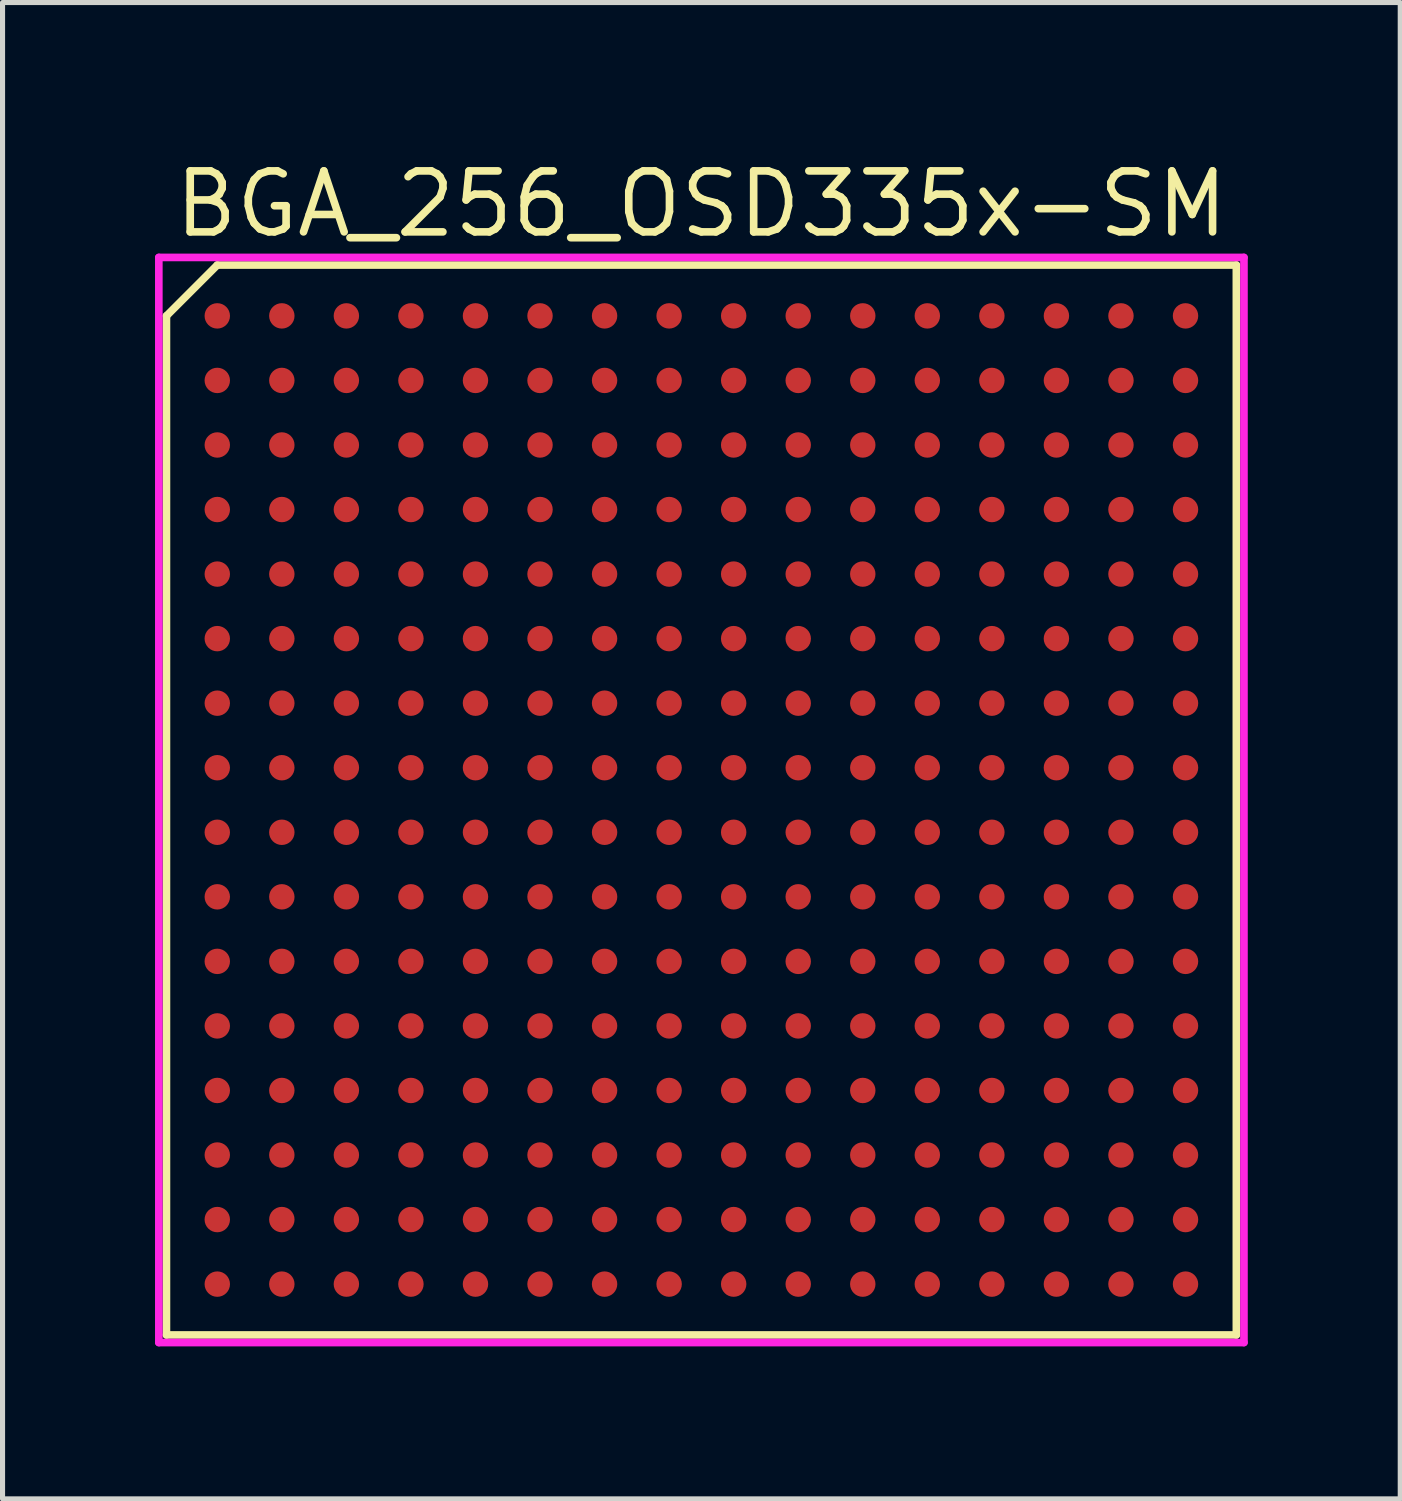
<source format=kicad_pcb>
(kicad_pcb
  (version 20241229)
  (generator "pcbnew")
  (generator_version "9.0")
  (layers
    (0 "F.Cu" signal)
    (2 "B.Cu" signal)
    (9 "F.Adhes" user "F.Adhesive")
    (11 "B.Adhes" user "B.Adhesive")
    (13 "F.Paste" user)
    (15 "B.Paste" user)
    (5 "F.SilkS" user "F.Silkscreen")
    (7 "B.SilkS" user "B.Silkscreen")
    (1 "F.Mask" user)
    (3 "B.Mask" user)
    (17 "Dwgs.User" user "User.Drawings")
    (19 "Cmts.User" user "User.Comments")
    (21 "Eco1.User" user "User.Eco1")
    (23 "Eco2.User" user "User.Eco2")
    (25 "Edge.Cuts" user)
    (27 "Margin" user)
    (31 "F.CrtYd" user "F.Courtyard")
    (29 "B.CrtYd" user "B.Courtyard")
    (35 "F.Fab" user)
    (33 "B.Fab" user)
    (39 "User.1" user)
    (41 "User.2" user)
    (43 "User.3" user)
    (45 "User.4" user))
  (footprint "BGA_256_OSD335x-SM"
    (layer "F.Cu")
    (at 10.75 12.69)
    (property "Reference" "BGA_256_OSD335x-SM" (at 0 -11.725 0) (layer "F.SilkS") (effects (font (size 1.2 1.2) (thickness 0.15))))
    (attr through_hole)
    (fp_line (start -10.525 -9.525) (end -10.525 10.525) (stroke (width 0.15) (type solid)) (layer "F.SilkS"))
    (fp_line (start -10.525 10.525) (end 10.525 10.525) (stroke (width 0.15) (type solid)) (layer "F.SilkS"))
    (fp_line (start -9.525 -10.525) (end -10.525 -9.525) (stroke (width 0.15) (type solid)) (layer "F.SilkS"))
    (fp_line (start 10.525 -10.525) (end -9.525 -10.525) (stroke (width 0.15) (type solid)) (layer "F.SilkS"))
    (fp_line (start 10.525 10.525) (end 10.525 -10.525) (stroke (width 0.15) (type solid)) (layer "F.SilkS"))
    (fp_line (start -10.675 -10.675) (end 10.675 -10.675) (stroke (width 0.15) (type solid)) (layer "F.CrtYd"))
    (fp_line (start -10.675 10.675) (end -10.675 -10.675) (stroke (width 0.15) (type solid)) (layer "F.CrtYd"))
    (fp_line (start 10.675 -10.675) (end 10.675 10.675) (stroke (width 0.15) (type solid)) (layer "F.CrtYd"))
    (fp_line (start 10.675 10.675) (end -10.675 10.675) (stroke (width 0.15) (type solid)) (layer "F.CrtYd"))
    (pad "A1" smd circle (at -9.525 -9.525) (size 0.5 0.5) (layers "F.Cu" "F.Mask" "F.Paste"))
    (pad "A2" smd circle (at -8.255 -9.525) (size 0.5 0.5) (layers "F.Cu" "F.Mask" "F.Paste"))
    (pad "A3" smd circle (at -6.985 -9.525) (size 0.5 0.5) (layers "F.Cu" "F.Mask" "F.Paste"))
    (pad "A4" smd circle (at -5.715 -9.525) (size 0.5 0.5) (layers "F.Cu" "F.Mask" "F.Paste"))
    (pad "A5" smd circle (at -4.445 -9.525) (size 0.5 0.5) (layers "F.Cu" "F.Mask" "F.Paste"))
    (pad "A6" smd circle (at -3.175 -9.525) (size 0.5 0.5) (layers "F.Cu" "F.Mask" "F.Paste"))
    (pad "A7" smd circle (at -1.905 -9.525) (size 0.5 0.5) (layers "F.Cu" "F.Mask" "F.Paste"))
    (pad "A8" smd circle (at -0.635 -9.525) (size 0.5 0.5) (layers "F.Cu" "F.Mask" "F.Paste"))
    (pad "A9" smd circle (at 0.635 -9.525) (size 0.5 0.5) (layers "F.Cu" "F.Mask" "F.Paste"))
    (pad "A10" smd circle (at 1.905 -9.525) (size 0.5 0.5) (layers "F.Cu" "F.Mask" "F.Paste"))
    (pad "A11" smd circle (at 3.175 -9.525) (size 0.5 0.5) (layers "F.Cu" "F.Mask" "F.Paste"))
    (pad "A12" smd circle (at 4.445 -9.525) (size 0.5 0.5) (layers "F.Cu" "F.Mask" "F.Paste"))
    (pad "A13" smd circle (at 5.715 -9.525) (size 0.5 0.5) (layers "F.Cu" "F.Mask" "F.Paste"))
    (pad "A14" smd circle (at 6.985 -9.525) (size 0.5 0.5) (layers "F.Cu" "F.Mask" "F.Paste"))
    (pad "A15" smd circle (at 8.255 -9.525) (size 0.5 0.5) (layers "F.Cu" "F.Mask" "F.Paste"))
    (pad "A16" smd circle (at 9.525 -9.525) (size 0.5 0.5) (layers "F.Cu" "F.Mask" "F.Paste"))
    (pad "B1" smd circle (at -9.525 -8.255) (size 0.5 0.5) (layers "F.Cu" "F.Mask" "F.Paste"))
    (pad "B2" smd circle (at -8.255 -8.255) (size 0.5 0.5) (layers "F.Cu" "F.Mask" "F.Paste"))
    (pad "B3" smd circle (at -6.985 -8.255) (size 0.5 0.5) (layers "F.Cu" "F.Mask" "F.Paste"))
    (pad "B4" smd circle (at -5.715 -8.255) (size 0.5 0.5) (layers "F.Cu" "F.Mask" "F.Paste"))
    (pad "B5" smd circle (at -4.445 -8.255) (size 0.5 0.5) (layers "F.Cu" "F.Mask" "F.Paste"))
    (pad "B6" smd circle (at -3.175 -8.255) (size 0.5 0.5) (layers "F.Cu" "F.Mask" "F.Paste"))
    (pad "B7" smd circle (at -1.905 -8.255) (size 0.5 0.5) (layers "F.Cu" "F.Mask" "F.Paste"))
    (pad "B8" smd circle (at -0.635 -8.255) (size 0.5 0.5) (layers "F.Cu" "F.Mask" "F.Paste"))
    (pad "B9" smd circle (at 0.635 -8.255) (size 0.5 0.5) (layers "F.Cu" "F.Mask" "F.Paste"))
    (pad "B10" smd circle (at 1.905 -8.255) (size 0.5 0.5) (layers "F.Cu" "F.Mask" "F.Paste"))
    (pad "B11" smd circle (at 3.175 -8.255) (size 0.5 0.5) (layers "F.Cu" "F.Mask" "F.Paste"))
    (pad "B12" smd circle (at 4.445 -8.255) (size 0.5 0.5) (layers "F.Cu" "F.Mask" "F.Paste"))
    (pad "B13" smd circle (at 5.715 -8.255) (size 0.5 0.5) (layers "F.Cu" "F.Mask" "F.Paste"))
    (pad "B14" smd circle (at 6.985 -8.255) (size 0.5 0.5) (layers "F.Cu" "F.Mask" "F.Paste"))
    (pad "B15" smd circle (at 8.255 -8.255) (size 0.5 0.5) (layers "F.Cu" "F.Mask" "F.Paste"))
    (pad "B16" smd circle (at 9.525 -8.255) (size 0.5 0.5) (layers "F.Cu" "F.Mask" "F.Paste"))
    (pad "C1" smd circle (at -9.525 -6.985) (size 0.5 0.5) (layers "F.Cu" "F.Mask" "F.Paste"))
    (pad "C2" smd circle (at -8.255 -6.985) (size 0.5 0.5) (layers "F.Cu" "F.Mask" "F.Paste"))
    (pad "C3" smd circle (at -6.985 -6.985) (size 0.5 0.5) (layers "F.Cu" "F.Mask" "F.Paste"))
    (pad "C4" smd circle (at -5.715 -6.985) (size 0.5 0.5) (layers "F.Cu" "F.Mask" "F.Paste"))
    (pad "C5" smd circle (at -4.445 -6.985) (size 0.5 0.5) (layers "F.Cu" "F.Mask" "F.Paste"))
    (pad "C6" smd circle (at -3.175 -6.985) (size 0.5 0.5) (layers "F.Cu" "F.Mask" "F.Paste"))
    (pad "C7" smd circle (at -1.905 -6.985) (size 0.5 0.5) (layers "F.Cu" "F.Mask" "F.Paste"))
    (pad "C8" smd circle (at -0.635 -6.985) (size 0.5 0.5) (layers "F.Cu" "F.Mask" "F.Paste"))
    (pad "C9" smd circle (at 0.635 -6.985) (size 0.5 0.5) (layers "F.Cu" "F.Mask" "F.Paste"))
    (pad "C10" smd circle (at 1.905 -6.985) (size 0.5 0.5) (layers "F.Cu" "F.Mask" "F.Paste"))
    (pad "C11" smd circle (at 3.175 -6.985) (size 0.5 0.5) (layers "F.Cu" "F.Mask" "F.Paste"))
    (pad "C12" smd circle (at 4.445 -6.985) (size 0.5 0.5) (layers "F.Cu" "F.Mask" "F.Paste"))
    (pad "C13" smd circle (at 5.715 -6.985) (size 0.5 0.5) (layers "F.Cu" "F.Mask" "F.Paste"))
    (pad "C14" smd circle (at 6.985 -6.985) (size 0.5 0.5) (layers "F.Cu" "F.Mask" "F.Paste"))
    (pad "C15" smd circle (at 8.255 -6.985) (size 0.5 0.5) (layers "F.Cu" "F.Mask" "F.Paste"))
    (pad "C16" smd circle (at 9.525 -6.985) (size 0.5 0.5) (layers "F.Cu" "F.Mask" "F.Paste"))
    (pad "D1" smd circle (at -9.525 -5.715) (size 0.5 0.5) (layers "F.Cu" "F.Mask" "F.Paste"))
    (pad "D2" smd circle (at -8.255 -5.715) (size 0.5 0.5) (layers "F.Cu" "F.Mask" "F.Paste"))
    (pad "D3" smd circle (at -6.985 -5.715) (size 0.5 0.5) (layers "F.Cu" "F.Mask" "F.Paste"))
    (pad "D4" smd circle (at -5.715 -5.715) (size 0.5 0.5) (layers "F.Cu" "F.Mask" "F.Paste"))
    (pad "D5" smd circle (at -4.445 -5.715) (size 0.5 0.5) (layers "F.Cu" "F.Mask" "F.Paste"))
    (pad "D6" smd circle (at -3.175 -5.715) (size 0.5 0.5) (layers "F.Cu" "F.Mask" "F.Paste"))
    (pad "D7" smd circle (at -1.905 -5.715) (size 0.5 0.5) (layers "F.Cu" "F.Mask" "F.Paste"))
    (pad "D8" smd circle (at -0.635 -5.715) (size 0.5 0.5) (layers "F.Cu" "F.Mask" "F.Paste"))
    (pad "D9" smd circle (at 0.635 -5.715) (size 0.5 0.5) (layers "F.Cu" "F.Mask" "F.Paste"))
    (pad "D10" smd circle (at 1.905 -5.715) (size 0.5 0.5) (layers "F.Cu" "F.Mask" "F.Paste"))
    (pad "D11" smd circle (at 3.175 -5.715) (size 0.5 0.5) (layers "F.Cu" "F.Mask" "F.Paste"))
    (pad "D12" smd circle (at 4.445 -5.715) (size 0.5 0.5) (layers "F.Cu" "F.Mask" "F.Paste"))
    (pad "D13" smd circle (at 5.715 -5.715) (size 0.5 0.5) (layers "F.Cu" "F.Mask" "F.Paste"))
    (pad "D14" smd circle (at 6.985 -5.715) (size 0.5 0.5) (layers "F.Cu" "F.Mask" "F.Paste"))
    (pad "D15" smd circle (at 8.255 -5.715) (size 0.5 0.5) (layers "F.Cu" "F.Mask" "F.Paste"))
    (pad "D16" smd circle (at 9.525 -5.715) (size 0.5 0.5) (layers "F.Cu" "F.Mask" "F.Paste"))
    (pad "E1" smd circle (at -9.525 -4.445) (size 0.5 0.5) (layers "F.Cu" "F.Mask" "F.Paste"))
    (pad "E2" smd circle (at -8.255 -4.445) (size 0.5 0.5) (layers "F.Cu" "F.Mask" "F.Paste"))
    (pad "E3" smd circle (at -6.985 -4.445) (size 0.5 0.5) (layers "F.Cu" "F.Mask" "F.Paste"))
    (pad "E4" smd circle (at -5.715 -4.445) (size 0.5 0.5) (layers "F.Cu" "F.Mask" "F.Paste"))
    (pad "E5" smd circle (at -4.445 -4.445) (size 0.5 0.5) (layers "F.Cu" "F.Mask" "F.Paste"))
    (pad "E6" smd circle (at -3.175 -4.445) (size 0.5 0.5) (layers "F.Cu" "F.Mask" "F.Paste"))
    (pad "E7" smd circle (at -1.905 -4.445) (size 0.5 0.5) (layers "F.Cu" "F.Mask" "F.Paste"))
    (pad "E8" smd circle (at -0.635 -4.445) (size 0.5 0.5) (layers "F.Cu" "F.Mask" "F.Paste"))
    (pad "E9" smd circle (at 0.635 -4.445) (size 0.5 0.5) (layers "F.Cu" "F.Mask" "F.Paste"))
    (pad "E10" smd circle (at 1.905 -4.445) (size 0.5 0.5) (layers "F.Cu" "F.Mask" "F.Paste"))
    (pad "E11" smd circle (at 3.175 -4.445) (size 0.5 0.5) (layers "F.Cu" "F.Mask" "F.Paste"))
    (pad "E12" smd circle (at 4.445 -4.445) (size 0.5 0.5) (layers "F.Cu" "F.Mask" "F.Paste"))
    (pad "E13" smd circle (at 5.715 -4.445) (size 0.5 0.5) (layers "F.Cu" "F.Mask" "F.Paste"))
    (pad "E14" smd circle (at 6.985 -4.445) (size 0.5 0.5) (layers "F.Cu" "F.Mask" "F.Paste"))
    (pad "E15" smd circle (at 8.255 -4.445) (size 0.5 0.5) (layers "F.Cu" "F.Mask" "F.Paste"))
    (pad "E16" smd circle (at 9.525 -4.445) (size 0.5 0.5) (layers "F.Cu" "F.Mask" "F.Paste"))
    (pad "F1" smd circle (at -9.525 -3.175) (size 0.5 0.5) (layers "F.Cu" "F.Mask" "F.Paste"))
    (pad "F2" smd circle (at -8.255 -3.175) (size 0.5 0.5) (layers "F.Cu" "F.Mask" "F.Paste"))
    (pad "F3" smd circle (at -6.985 -3.175) (size 0.5 0.5) (layers "F.Cu" "F.Mask" "F.Paste"))
    (pad "F4" smd circle (at -5.715 -3.175) (size 0.5 0.5) (layers "F.Cu" "F.Mask" "F.Paste"))
    (pad "F5" smd circle (at -4.445 -3.175) (size 0.5 0.5) (layers "F.Cu" "F.Mask" "F.Paste"))
    (pad "F6" smd circle (at -3.175 -3.175) (size 0.5 0.5) (layers "F.Cu" "F.Mask" "F.Paste"))
    (pad "F7" smd circle (at -1.905 -3.175) (size 0.5 0.5) (layers "F.Cu" "F.Mask" "F.Paste"))
    (pad "F8" smd circle (at -0.635 -3.175) (size 0.5 0.5) (layers "F.Cu" "F.Mask" "F.Paste"))
    (pad "F9" smd circle (at 0.635 -3.175) (size 0.5 0.5) (layers "F.Cu" "F.Mask" "F.Paste"))
    (pad "F10" smd circle (at 1.905 -3.175) (size 0.5 0.5) (layers "F.Cu" "F.Mask" "F.Paste"))
    (pad "F11" smd circle (at 3.175 -3.175) (size 0.5 0.5) (layers "F.Cu" "F.Mask" "F.Paste"))
    (pad "F12" smd circle (at 4.445 -3.175) (size 0.5 0.5) (layers "F.Cu" "F.Mask" "F.Paste"))
    (pad "F13" smd circle (at 5.715 -3.175) (size 0.5 0.5) (layers "F.Cu" "F.Mask" "F.Paste"))
    (pad "F14" smd circle (at 6.985 -3.175) (size 0.5 0.5) (layers "F.Cu" "F.Mask" "F.Paste"))
    (pad "F15" smd circle (at 8.255 -3.175) (size 0.5 0.5) (layers "F.Cu" "F.Mask" "F.Paste"))
    (pad "F16" smd circle (at 9.525 -3.175) (size 0.5 0.5) (layers "F.Cu" "F.Mask" "F.Paste"))
    (pad "G1" smd circle (at -9.525 -1.905) (size 0.5 0.5) (layers "F.Cu" "F.Mask" "F.Paste"))
    (pad "G2" smd circle (at -8.255 -1.905) (size 0.5 0.5) (layers "F.Cu" "F.Mask" "F.Paste"))
    (pad "G3" smd circle (at -6.985 -1.905) (size 0.5 0.5) (layers "F.Cu" "F.Mask" "F.Paste"))
    (pad "G4" smd circle (at -5.715 -1.905) (size 0.5 0.5) (layers "F.Cu" "F.Mask" "F.Paste"))
    (pad "G5" smd circle (at -4.445 -1.905) (size 0.5 0.5) (layers "F.Cu" "F.Mask" "F.Paste"))
    (pad "G6" smd circle (at -3.175 -1.905) (size 0.5 0.5) (layers "F.Cu" "F.Mask" "F.Paste"))
    (pad "G7" smd circle (at -1.905 -1.905) (size 0.5 0.5) (layers "F.Cu" "F.Mask" "F.Paste"))
    (pad "G8" smd circle (at -0.635 -1.905) (size 0.5 0.5) (layers "F.Cu" "F.Mask" "F.Paste"))
    (pad "G9" smd circle (at 0.635 -1.905) (size 0.5 0.5) (layers "F.Cu" "F.Mask" "F.Paste"))
    (pad "G10" smd circle (at 1.905 -1.905) (size 0.5 0.5) (layers "F.Cu" "F.Mask" "F.Paste"))
    (pad "G11" smd circle (at 3.175 -1.905) (size 0.5 0.5) (layers "F.Cu" "F.Mask" "F.Paste"))
    (pad "G12" smd circle (at 4.445 -1.905) (size 0.5 0.5) (layers "F.Cu" "F.Mask" "F.Paste"))
    (pad "G13" smd circle (at 5.715 -1.905) (size 0.5 0.5) (layers "F.Cu" "F.Mask" "F.Paste"))
    (pad "G14" smd circle (at 6.985 -1.905) (size 0.5 0.5) (layers "F.Cu" "F.Mask" "F.Paste"))
    (pad "G15" smd circle (at 8.255 -1.905) (size 0.5 0.5) (layers "F.Cu" "F.Mask" "F.Paste"))
    (pad "G16" smd circle (at 9.525 -1.905) (size 0.5 0.5) (layers "F.Cu" "F.Mask" "F.Paste"))
    (pad "H1" smd circle (at -9.525 -0.635) (size 0.5 0.5) (layers "F.Cu" "F.Mask" "F.Paste"))
    (pad "H2" smd circle (at -8.255 -0.635) (size 0.5 0.5) (layers "F.Cu" "F.Mask" "F.Paste"))
    (pad "H3" smd circle (at -6.985 -0.635) (size 0.5 0.5) (layers "F.Cu" "F.Mask" "F.Paste"))
    (pad "H4" smd circle (at -5.715 -0.635) (size 0.5 0.5) (layers "F.Cu" "F.Mask" "F.Paste"))
    (pad "H5" smd circle (at -4.445 -0.635) (size 0.5 0.5) (layers "F.Cu" "F.Mask" "F.Paste"))
    (pad "H6" smd circle (at -3.175 -0.635) (size 0.5 0.5) (layers "F.Cu" "F.Mask" "F.Paste"))
    (pad "H7" smd circle (at -1.905 -0.635) (size 0.5 0.5) (layers "F.Cu" "F.Mask" "F.Paste"))
    (pad "H8" smd circle (at -0.635 -0.635) (size 0.5 0.5) (layers "F.Cu" "F.Mask" "F.Paste"))
    (pad "H9" smd circle (at 0.635 -0.635) (size 0.5 0.5) (layers "F.Cu" "F.Mask" "F.Paste"))
    (pad "H10" smd circle (at 1.905 -0.635) (size 0.5 0.5) (layers "F.Cu" "F.Mask" "F.Paste"))
    (pad "H11" smd circle (at 3.175 -0.635) (size 0.5 0.5) (layers "F.Cu" "F.Mask" "F.Paste"))
    (pad "H12" smd circle (at 4.445 -0.635) (size 0.5 0.5) (layers "F.Cu" "F.Mask" "F.Paste"))
    (pad "H13" smd circle (at 5.715 -0.635) (size 0.5 0.5) (layers "F.Cu" "F.Mask" "F.Paste"))
    (pad "H14" smd circle (at 6.985 -0.635) (size 0.5 0.5) (layers "F.Cu" "F.Mask" "F.Paste"))
    (pad "H15" smd circle (at 8.255 -0.635) (size 0.5 0.5) (layers "F.Cu" "F.Mask" "F.Paste"))
    (pad "H16" smd circle (at 9.525 -0.635) (size 0.5 0.5) (layers "F.Cu" "F.Mask" "F.Paste"))
    (pad "J1" smd circle (at -9.525 0.635) (size 0.5 0.5) (layers "F.Cu" "F.Mask" "F.Paste"))
    (pad "J2" smd circle (at -8.255 0.635) (size 0.5 0.5) (layers "F.Cu" "F.Mask" "F.Paste"))
    (pad "J3" smd circle (at -6.985 0.635) (size 0.5 0.5) (layers "F.Cu" "F.Mask" "F.Paste"))
    (pad "J4" smd circle (at -5.715 0.635) (size 0.5 0.5) (layers "F.Cu" "F.Mask" "F.Paste"))
    (pad "J5" smd circle (at -4.445 0.635) (size 0.5 0.5) (layers "F.Cu" "F.Mask" "F.Paste"))
    (pad "J6" smd circle (at -3.175 0.635) (size 0.5 0.5) (layers "F.Cu" "F.Mask" "F.Paste"))
    (pad "J7" smd circle (at -1.905 0.635) (size 0.5 0.5) (layers "F.Cu" "F.Mask" "F.Paste"))
    (pad "J8" smd circle (at -0.635 0.635) (size 0.5 0.5) (layers "F.Cu" "F.Mask" "F.Paste"))
    (pad "J9" smd circle (at 0.635 0.635) (size 0.5 0.5) (layers "F.Cu" "F.Mask" "F.Paste"))
    (pad "J10" smd circle (at 1.905 0.635) (size 0.5 0.5) (layers "F.Cu" "F.Mask" "F.Paste"))
    (pad "J11" smd circle (at 3.175 0.635) (size 0.5 0.5) (layers "F.Cu" "F.Mask" "F.Paste"))
    (pad "J12" smd circle (at 4.445 0.635) (size 0.5 0.5) (layers "F.Cu" "F.Mask" "F.Paste"))
    (pad "J13" smd circle (at 5.715 0.635) (size 0.5 0.5) (layers "F.Cu" "F.Mask" "F.Paste"))
    (pad "J14" smd circle (at 6.985 0.635) (size 0.5 0.5) (layers "F.Cu" "F.Mask" "F.Paste"))
    (pad "J15" smd circle (at 8.255 0.635) (size 0.5 0.5) (layers "F.Cu" "F.Mask" "F.Paste"))
    (pad "J16" smd circle (at 9.525 0.635) (size 0.5 0.5) (layers "F.Cu" "F.Mask" "F.Paste"))
    (pad "K1" smd circle (at -9.525 1.905) (size 0.5 0.5) (layers "F.Cu" "F.Mask" "F.Paste"))
    (pad "K2" smd circle (at -8.255 1.905) (size 0.5 0.5) (layers "F.Cu" "F.Mask" "F.Paste"))
    (pad "K3" smd circle (at -6.985 1.905) (size 0.5 0.5) (layers "F.Cu" "F.Mask" "F.Paste"))
    (pad "K4" smd circle (at -5.715 1.905) (size 0.5 0.5) (layers "F.Cu" "F.Mask" "F.Paste"))
    (pad "K5" smd circle (at -4.445 1.905) (size 0.5 0.5) (layers "F.Cu" "F.Mask" "F.Paste"))
    (pad "K6" smd circle (at -3.175 1.905) (size 0.5 0.5) (layers "F.Cu" "F.Mask" "F.Paste"))
    (pad "K7" smd circle (at -1.905 1.905) (size 0.5 0.5) (layers "F.Cu" "F.Mask" "F.Paste"))
    (pad "K8" smd circle (at -0.635 1.905) (size 0.5 0.5) (layers "F.Cu" "F.Mask" "F.Paste"))
    (pad "K9" smd circle (at 0.635 1.905) (size 0.5 0.5) (layers "F.Cu" "F.Mask" "F.Paste"))
    (pad "K10" smd circle (at 1.905 1.905) (size 0.5 0.5) (layers "F.Cu" "F.Mask" "F.Paste"))
    (pad "K11" smd circle (at 3.175 1.905) (size 0.5 0.5) (layers "F.Cu" "F.Mask" "F.Paste"))
    (pad "K12" smd circle (at 4.445 1.905) (size 0.5 0.5) (layers "F.Cu" "F.Mask" "F.Paste"))
    (pad "K13" smd circle (at 5.715 1.905) (size 0.5 0.5) (layers "F.Cu" "F.Mask" "F.Paste"))
    (pad "K14" smd circle (at 6.985 1.905) (size 0.5 0.5) (layers "F.Cu" "F.Mask" "F.Paste"))
    (pad "K15" smd circle (at 8.255 1.905) (size 0.5 0.5) (layers "F.Cu" "F.Mask" "F.Paste"))
    (pad "K16" smd circle (at 9.525 1.905) (size 0.5 0.5) (layers "F.Cu" "F.Mask" "F.Paste"))
    (pad "L1" smd circle (at -9.525 3.175) (size 0.5 0.5) (layers "F.Cu" "F.Mask" "F.Paste"))
    (pad "L2" smd circle (at -8.255 3.175) (size 0.5 0.5) (layers "F.Cu" "F.Mask" "F.Paste"))
    (pad "L3" smd circle (at -6.985 3.175) (size 0.5 0.5) (layers "F.Cu" "F.Mask" "F.Paste"))
    (pad "L4" smd circle (at -5.715 3.175) (size 0.5 0.5) (layers "F.Cu" "F.Mask" "F.Paste"))
    (pad "L5" smd circle (at -4.445 3.175) (size 0.5 0.5) (layers "F.Cu" "F.Mask" "F.Paste"))
    (pad "L6" smd circle (at -3.175 3.175) (size 0.5 0.5) (layers "F.Cu" "F.Mask" "F.Paste"))
    (pad "L7" smd circle (at -1.905 3.175) (size 0.5 0.5) (layers "F.Cu" "F.Mask" "F.Paste"))
    (pad "L8" smd circle (at -0.635 3.175) (size 0.5 0.5) (layers "F.Cu" "F.Mask" "F.Paste"))
    (pad "L9" smd circle (at 0.635 3.175) (size 0.5 0.5) (layers "F.Cu" "F.Mask" "F.Paste"))
    (pad "L10" smd circle (at 1.905 3.175) (size 0.5 0.5) (layers "F.Cu" "F.Mask" "F.Paste"))
    (pad "L11" smd circle (at 3.175 3.175) (size 0.5 0.5) (layers "F.Cu" "F.Mask" "F.Paste"))
    (pad "L12" smd circle (at 4.445 3.175) (size 0.5 0.5) (layers "F.Cu" "F.Mask" "F.Paste"))
    (pad "L13" smd circle (at 5.715 3.175) (size 0.5 0.5) (layers "F.Cu" "F.Mask" "F.Paste"))
    (pad "L14" smd circle (at 6.985 3.175) (size 0.5 0.5) (layers "F.Cu" "F.Mask" "F.Paste"))
    (pad "L15" smd circle (at 8.255 3.175) (size 0.5 0.5) (layers "F.Cu" "F.Mask" "F.Paste"))
    (pad "L16" smd circle (at 9.525 3.175) (size 0.5 0.5) (layers "F.Cu" "F.Mask" "F.Paste"))
    (pad "M1" smd circle (at -9.525 4.445) (size 0.5 0.5) (layers "F.Cu" "F.Mask" "F.Paste"))
    (pad "M2" smd circle (at -8.255 4.445) (size 0.5 0.5) (layers "F.Cu" "F.Mask" "F.Paste"))
    (pad "M3" smd circle (at -6.985 4.445) (size 0.5 0.5) (layers "F.Cu" "F.Mask" "F.Paste"))
    (pad "M4" smd circle (at -5.715 4.445) (size 0.5 0.5) (layers "F.Cu" "F.Mask" "F.Paste"))
    (pad "M5" smd circle (at -4.445 4.445) (size 0.5 0.5) (layers "F.Cu" "F.Mask" "F.Paste"))
    (pad "M6" smd circle (at -3.175 4.445) (size 0.5 0.5) (layers "F.Cu" "F.Mask" "F.Paste"))
    (pad "M7" smd circle (at -1.905 4.445) (size 0.5 0.5) (layers "F.Cu" "F.Mask" "F.Paste"))
    (pad "M8" smd circle (at -0.635 4.445) (size 0.5 0.5) (layers "F.Cu" "F.Mask" "F.Paste"))
    (pad "M9" smd circle (at 0.635 4.445) (size 0.5 0.5) (layers "F.Cu" "F.Mask" "F.Paste"))
    (pad "M10" smd circle (at 1.905 4.445) (size 0.5 0.5) (layers "F.Cu" "F.Mask" "F.Paste"))
    (pad "M11" smd circle (at 3.175 4.445) (size 0.5 0.5) (layers "F.Cu" "F.Mask" "F.Paste"))
    (pad "M12" smd circle (at 4.445 4.445) (size 0.5 0.5) (layers "F.Cu" "F.Mask" "F.Paste"))
    (pad "M13" smd circle (at 5.715 4.445) (size 0.5 0.5) (layers "F.Cu" "F.Mask" "F.Paste"))
    (pad "M14" smd circle (at 6.985 4.445) (size 0.5 0.5) (layers "F.Cu" "F.Mask" "F.Paste"))
    (pad "M15" smd circle (at 8.255 4.445) (size 0.5 0.5) (layers "F.Cu" "F.Mask" "F.Paste"))
    (pad "M16" smd circle (at 9.525 4.445) (size 0.5 0.5) (layers "F.Cu" "F.Mask" "F.Paste"))
    (pad "N1" smd circle (at -9.525 5.715) (size 0.5 0.5) (layers "F.Cu" "F.Mask" "F.Paste"))
    (pad "N2" smd circle (at -8.255 5.715) (size 0.5 0.5) (layers "F.Cu" "F.Mask" "F.Paste"))
    (pad "N3" smd circle (at -6.985 5.715) (size 0.5 0.5) (layers "F.Cu" "F.Mask" "F.Paste"))
    (pad "N4" smd circle (at -5.715 5.715) (size 0.5 0.5) (layers "F.Cu" "F.Mask" "F.Paste"))
    (pad "N5" smd circle (at -4.445 5.715) (size 0.5 0.5) (layers "F.Cu" "F.Mask" "F.Paste"))
    (pad "N6" smd circle (at -3.175 5.715) (size 0.5 0.5) (layers "F.Cu" "F.Mask" "F.Paste"))
    (pad "N7" smd circle (at -1.905 5.715) (size 0.5 0.5) (layers "F.Cu" "F.Mask" "F.Paste"))
    (pad "N8" smd circle (at -0.635 5.715) (size 0.5 0.5) (layers "F.Cu" "F.Mask" "F.Paste"))
    (pad "N9" smd circle (at 0.635 5.715) (size 0.5 0.5) (layers "F.Cu" "F.Mask" "F.Paste"))
    (pad "N10" smd circle (at 1.905 5.715) (size 0.5 0.5) (layers "F.Cu" "F.Mask" "F.Paste"))
    (pad "N11" smd circle (at 3.175 5.715) (size 0.5 0.5) (layers "F.Cu" "F.Mask" "F.Paste"))
    (pad "N12" smd circle (at 4.445 5.715) (size 0.5 0.5) (layers "F.Cu" "F.Mask" "F.Paste"))
    (pad "N13" smd circle (at 5.715 5.715) (size 0.5 0.5) (layers "F.Cu" "F.Mask" "F.Paste"))
    (pad "N14" smd circle (at 6.985 5.715) (size 0.5 0.5) (layers "F.Cu" "F.Mask" "F.Paste"))
    (pad "N15" smd circle (at 8.255 5.715) (size 0.5 0.5) (layers "F.Cu" "F.Mask" "F.Paste"))
    (pad "N16" smd circle (at 9.525 5.715) (size 0.5 0.5) (layers "F.Cu" "F.Mask" "F.Paste"))
    (pad "P1" smd circle (at -9.525 6.985) (size 0.5 0.5) (layers "F.Cu" "F.Mask" "F.Paste"))
    (pad "P2" smd circle (at -8.255 6.985) (size 0.5 0.5) (layers "F.Cu" "F.Mask" "F.Paste"))
    (pad "P3" smd circle (at -6.985 6.985) (size 0.5 0.5) (layers "F.Cu" "F.Mask" "F.Paste"))
    (pad "P4" smd circle (at -5.715 6.985) (size 0.5 0.5) (layers "F.Cu" "F.Mask" "F.Paste"))
    (pad "P5" smd circle (at -4.445 6.985) (size 0.5 0.5) (layers "F.Cu" "F.Mask" "F.Paste"))
    (pad "P6" smd circle (at -3.175 6.985) (size 0.5 0.5) (layers "F.Cu" "F.Mask" "F.Paste"))
    (pad "P7" smd circle (at -1.905 6.985) (size 0.5 0.5) (layers "F.Cu" "F.Mask" "F.Paste"))
    (pad "P8" smd circle (at -0.635 6.985) (size 0.5 0.5) (layers "F.Cu" "F.Mask" "F.Paste"))
    (pad "P9" smd circle (at 0.635 6.985) (size 0.5 0.5) (layers "F.Cu" "F.Mask" "F.Paste"))
    (pad "P10" smd circle (at 1.905 6.985) (size 0.5 0.5) (layers "F.Cu" "F.Mask" "F.Paste"))
    (pad "P11" smd circle (at 3.175 6.985) (size 0.5 0.5) (layers "F.Cu" "F.Mask" "F.Paste"))
    (pad "P12" smd circle (at 4.445 6.985) (size 0.5 0.5) (layers "F.Cu" "F.Mask" "F.Paste"))
    (pad "P13" smd circle (at 5.715 6.985) (size 0.5 0.5) (layers "F.Cu" "F.Mask" "F.Paste"))
    (pad "P14" smd circle (at 6.985 6.985) (size 0.5 0.5) (layers "F.Cu" "F.Mask" "F.Paste"))
    (pad "P15" smd circle (at 8.255 6.985) (size 0.5 0.5) (layers "F.Cu" "F.Mask" "F.Paste"))
    (pad "P16" smd circle (at 9.525 6.985) (size 0.5 0.5) (layers "F.Cu" "F.Mask" "F.Paste"))
    (pad "R1" smd circle (at -9.525 8.255) (size 0.5 0.5) (layers "F.Cu" "F.Mask" "F.Paste"))
    (pad "R2" smd circle (at -8.255 8.255) (size 0.5 0.5) (layers "F.Cu" "F.Mask" "F.Paste"))
    (pad "R3" smd circle (at -6.985 8.255) (size 0.5 0.5) (layers "F.Cu" "F.Mask" "F.Paste"))
    (pad "R4" smd circle (at -5.715 8.255) (size 0.5 0.5) (layers "F.Cu" "F.Mask" "F.Paste"))
    (pad "R5" smd circle (at -4.445 8.255) (size 0.5 0.5) (layers "F.Cu" "F.Mask" "F.Paste"))
    (pad "R6" smd circle (at -3.175 8.255) (size 0.5 0.5) (layers "F.Cu" "F.Mask" "F.Paste"))
    (pad "R7" smd circle (at -1.905 8.255) (size 0.5 0.5) (layers "F.Cu" "F.Mask" "F.Paste"))
    (pad "R8" smd circle (at -0.635 8.255) (size 0.5 0.5) (layers "F.Cu" "F.Mask" "F.Paste"))
    (pad "R9" smd circle (at 0.635 8.255) (size 0.5 0.5) (layers "F.Cu" "F.Mask" "F.Paste"))
    (pad "R10" smd circle (at 1.905 8.255) (size 0.5 0.5) (layers "F.Cu" "F.Mask" "F.Paste"))
    (pad "R11" smd circle (at 3.175 8.255) (size 0.5 0.5) (layers "F.Cu" "F.Mask" "F.Paste"))
    (pad "R12" smd circle (at 4.445 8.255) (size 0.5 0.5) (layers "F.Cu" "F.Mask" "F.Paste"))
    (pad "R13" smd circle (at 5.715 8.255) (size 0.5 0.5) (layers "F.Cu" "F.Mask" "F.Paste"))
    (pad "R14" smd circle (at 6.985 8.255) (size 0.5 0.5) (layers "F.Cu" "F.Mask" "F.Paste"))
    (pad "R15" smd circle (at 8.255 8.255) (size 0.5 0.5) (layers "F.Cu" "F.Mask" "F.Paste"))
    (pad "R16" smd circle (at 9.525 8.255) (size 0.5 0.5) (layers "F.Cu" "F.Mask" "F.Paste"))
    (pad "T1" smd circle (at -9.525 9.525) (size 0.5 0.5) (layers "F.Cu" "F.Mask" "F.Paste"))
    (pad "T2" smd circle (at -8.255 9.525) (size 0.5 0.5) (layers "F.Cu" "F.Mask" "F.Paste"))
    (pad "T3" smd circle (at -6.985 9.525) (size 0.5 0.5) (layers "F.Cu" "F.Mask" "F.Paste"))
    (pad "T4" smd circle (at -5.715 9.525) (size 0.5 0.5) (layers "F.Cu" "F.Mask" "F.Paste"))
    (pad "T5" smd circle (at -4.445 9.525) (size 0.5 0.5) (layers "F.Cu" "F.Mask" "F.Paste"))
    (pad "T6" smd circle (at -3.175 9.525) (size 0.5 0.5) (layers "F.Cu" "F.Mask" "F.Paste"))
    (pad "T7" smd circle (at -1.905 9.525) (size 0.5 0.5) (layers "F.Cu" "F.Mask" "F.Paste"))
    (pad "T8" smd circle (at -0.635 9.525) (size 0.5 0.5) (layers "F.Cu" "F.Mask" "F.Paste"))
    (pad "T9" smd circle (at 0.635 9.525) (size 0.5 0.5) (layers "F.Cu" "F.Mask" "F.Paste"))
    (pad "T10" smd circle (at 1.905 9.525) (size 0.5 0.5) (layers "F.Cu" "F.Mask" "F.Paste"))
    (pad "T11" smd circle (at 3.175 9.525) (size 0.5 0.5) (layers "F.Cu" "F.Mask" "F.Paste"))
    (pad "T12" smd circle (at 4.445 9.525) (size 0.5 0.5) (layers "F.Cu" "F.Mask" "F.Paste"))
    (pad "T13" smd circle (at 5.715 9.525) (size 0.5 0.5) (layers "F.Cu" "F.Mask" "F.Paste"))
    (pad "T14" smd circle (at 6.985 9.525) (size 0.5 0.5) (layers "F.Cu" "F.Mask" "F.Paste"))
    (pad "T15" smd circle (at 8.255 9.525) (size 0.5 0.5) (layers "F.Cu" "F.Mask" "F.Paste"))
    (pad "T16" smd circle (at 9.525 9.525) (size 0.5 0.5) (layers "F.Cu" "F.Mask" "F.Paste")))
  (gr_rect
    (start -3 -3)
    (end 24.5 26.44)
    (stroke (width 0.1) (type default))
    (fill no)
    (layer "Edge.Cuts")))
</source>
